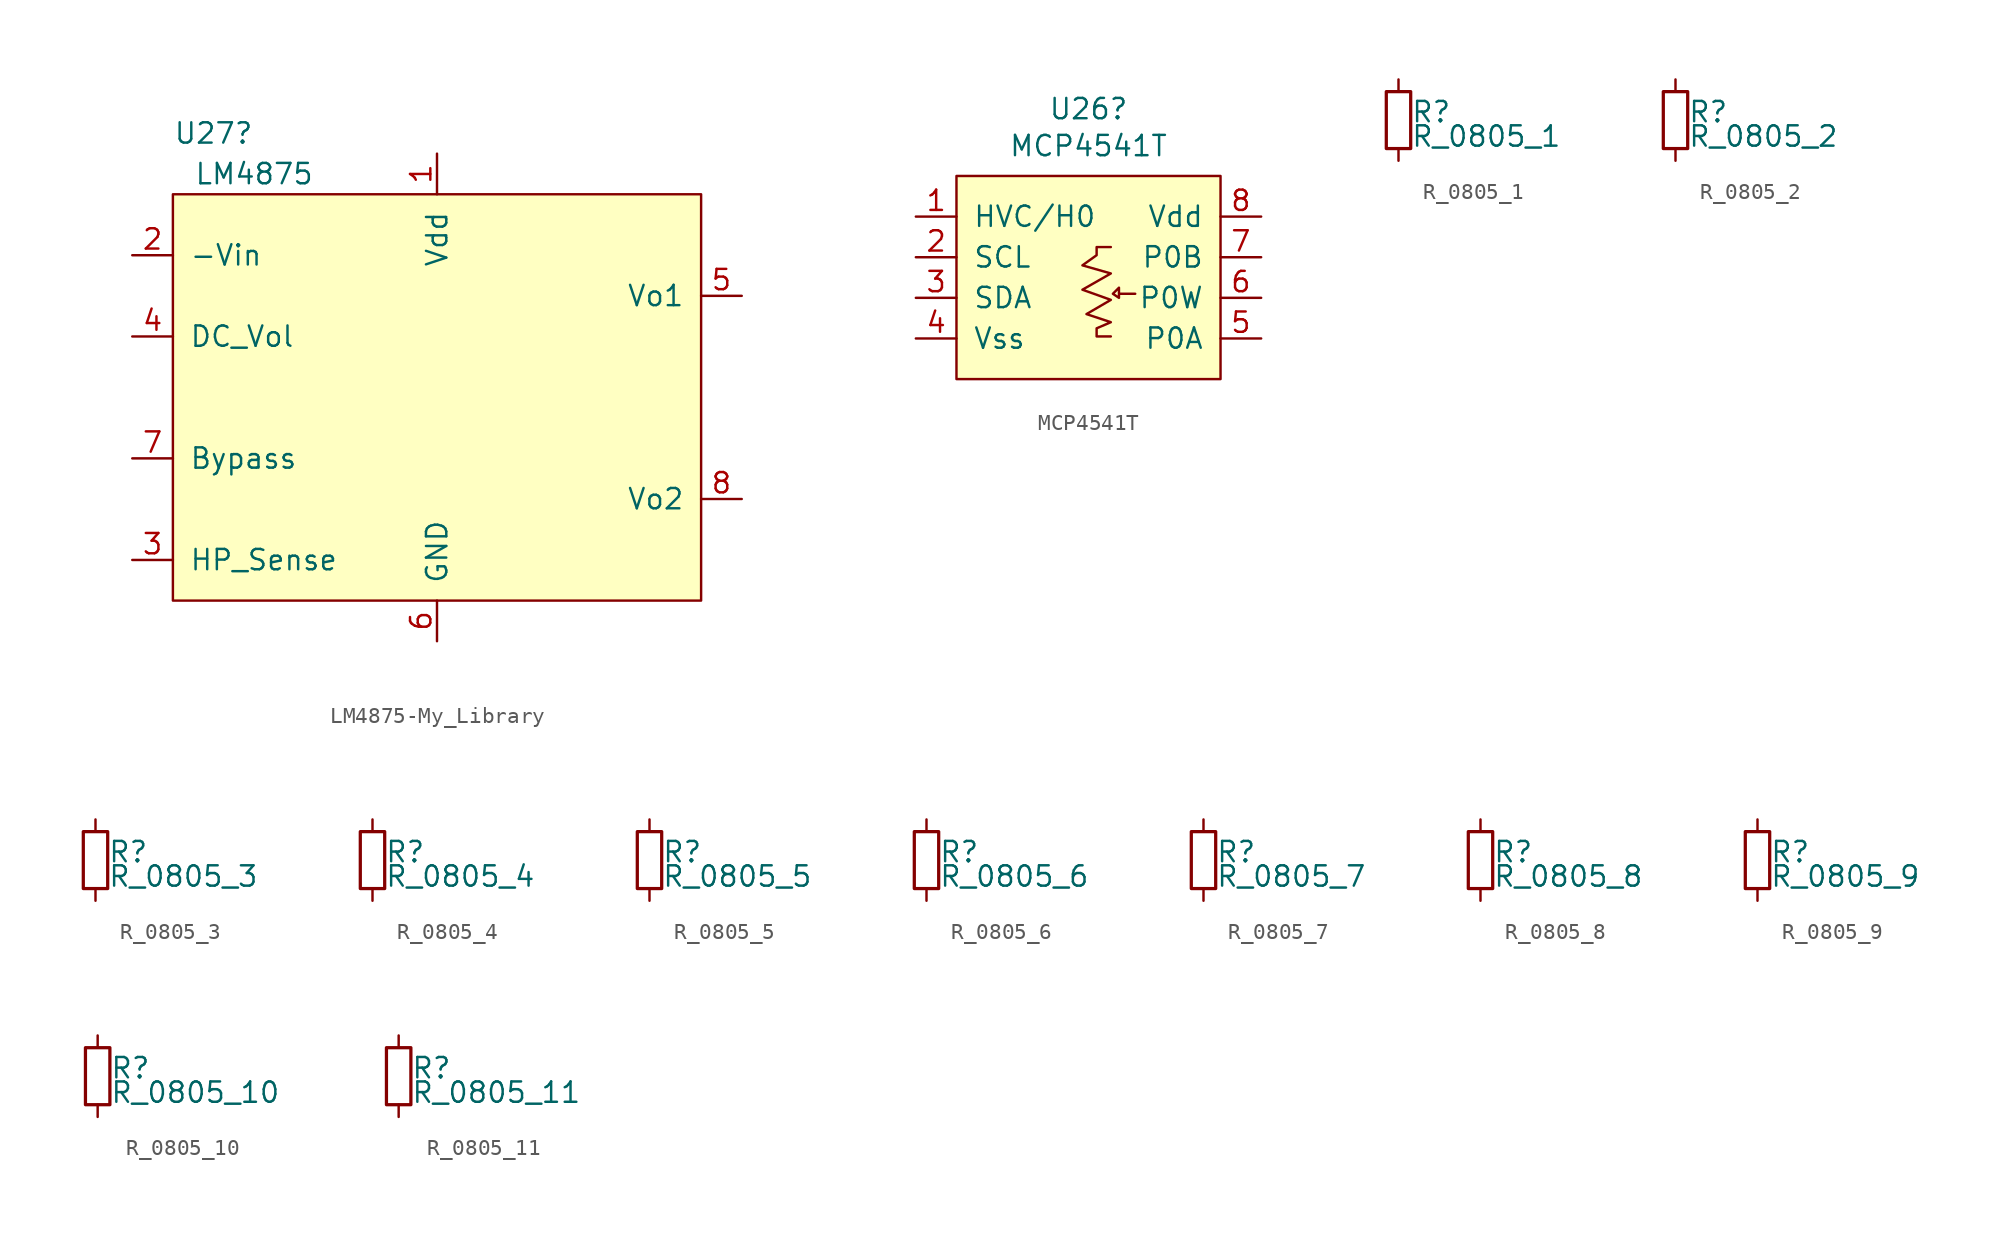
<source format=kicad_sym>
(kicad_symbol_lib
  (version 20220914)
  (generator kicad_symbol_editor)
  (symbol "LM4875-My_Library"
    (pin_names
      (offset 1.016))
    (property "Reference" "U27"
      (at -13.97 15.24 0)
      (effects (font (size 1.27 1.27))))
    (property "Value" "LM4875"
      (at -11.43 12.7 0)
      (effects (font (size 1.27 1.27))))
    (symbol "LM4875-My_Library_0_1"
      (rectangle (start -16.51 11.43) (end 16.51 -13.97) (stroke (width 0) (type default)) (fill (type background))))
    (symbol "LM4875-My_Library_1_1"
      (pin power_in line (at 0 13.97 270) (length 2.54) (name "Vdd" (effects (font (size 1.27 1.27)))) (number "1" (effects (font (size 1.27 1.27)))))
      (pin input line (at -19.05 7.62 0) (length 2.54) (name "-Vin" (effects (font (size 1.27 1.27)))) (number "2" (effects (font (size 1.27 1.27)))))
      (pin input line (at -19.05 -11.43 0) (length 2.54) (name "HP_Sense" (effects (font (size 1.27 1.27)))) (number "3" (effects (font (size 1.27 1.27)))))
      (pin input line (at -19.05 2.54 0) (length 2.54) (name "DC_Vol" (effects (font (size 1.27 1.27)))) (number "4" (effects (font (size 1.27 1.27)))))
      (pin output line (at 19.05 5.08 180) (length 2.54) (name "Vo1" (effects (font (size 1.27 1.27)))) (number "5" (effects (font (size 1.27 1.27)))))
      (pin power_in line (at 0 -16.51 90) (length 2.54) (name "GND" (effects (font (size 1.27 1.27)))) (number "6" (effects (font (size 1.27 1.27)))))
      (pin power_out line (at -19.05 -5.08 0) (length 2.54) (name "Bypass" (effects (font (size 1.27 1.27)))) (number "7" (effects (font (size 1.27 1.27)))))
      (pin output line (at 19.05 -7.62 180) (length 2.54) (name "Vo2" (effects (font (size 1.27 1.27)))) (number "8" (effects (font (size 1.27 1.27)))))))
  (symbol "MCP4541T"
    (pin_names
      (offset 1.016))
    (property "Reference" "U26"
      (at -0.635 10.541 0)
      (effects (font (size 1.27 1.27))))
    (property "Value" "MCP4541T"
      (at -0.635 8.23 0)
      (effects (font (size 1.27 1.27))))
    (symbol "MCP4541T_0_1"
      (rectangle (start -8.89 6.35) (end 7.62 -6.35) (stroke (width 0) (type default)) (fill (type background)))
      (polyline (pts (xy 2.286 -1.016) (xy 1.27 -1.016) (xy 1.27 -0.635) (xy 0.889 -1.016) (xy 1.27 -1.27) (xy 1.27 -1.016)) (stroke (width 0) (type default)) (fill (type none)))
      (polyline (pts (xy 0.762 -3.683) (xy -0.127 -3.683) (xy -0.127 -3.175) (xy 0.762 -2.794) (xy -0.762 -2.286) (xy 0.762 -1.397) (xy -1.016 -0.762) (xy 0.762 0.254) (xy -1.016 0.762) (xy -0.127 1.397) (xy -0.127 1.905) (xy 0.762 1.905)) (stroke (width 0) (type default)) (fill (type none))))
    (symbol "MCP4541T_1_1"
      (pin bidirectional line (at -11.43 3.81 0) (length 2.54) (name "HVC/H0" (effects (font (size 1.27 1.27)))) (number "1" (effects (font (size 1.27 1.27)))))
      (pin bidirectional line (at -11.43 1.27 0) (length 2.54) (name "SCL" (effects (font (size 1.27 1.27)))) (number "2" (effects (font (size 1.27 1.27)))))
      (pin bidirectional line (at -11.43 -1.27 0) (length 2.54) (name "SDA" (effects (font (size 1.27 1.27)))) (number "3" (effects (font (size 1.27 1.27)))))
      (pin power_in line (at -11.43 -3.81 0) (length 2.54) (name "Vss" (effects (font (size 1.27 1.27)))) (number "4" (effects (font (size 1.27 1.27)))))
      (pin passive line (at 10.16 -3.81 180) (length 2.54) (name "P0A" (effects (font (size 1.27 1.27)))) (number "5" (effects (font (size 1.27 1.27)))))
      (pin passive line (at 10.16 -1.27 180) (length 2.54) (name "P0W" (effects (font (size 1.27 1.27)))) (number "6" (effects (font (size 1.27 1.27)))))
      (pin passive line (at 10.16 1.27 180) (length 2.54) (name "P0B" (effects (font (size 1.27 1.27)))) (number "7" (effects (font (size 1.27 1.27)))))
      (pin power_in line (at 10.16 3.81 180) (length 2.54) (name "Vdd" (effects (font (size 1.27 1.27)))) (number "8" (effects (font (size 1.27 1.27)))))))
  (symbol "R_0805_1"
    (pin_numbers hide)
    (pin_names
      (offset 0.254) hide)
    (property "Reference" "R"
      (at 0.762 0.508 0)
      (effects (font (size 1.27 1.27)) (justify left)))
    (property "Value" "R_0805_1"
      (at 0.762 -1.016 0)
      (effects (font (size 1.27 1.27)) (justify left)))
    (symbol "R_0805_1_0_1"
      (rectangle (start -0.762 1.778) (end 0.762 -1.778) (stroke (width 0.203) (type default)) (fill (type none))))
    (symbol "R_0805_1_1_1"
      (pin passive line (at 0 2.54 270) (length 0.762) (name "~" (effects (font (size 1.27 1.27)))) (number "1" (effects (font (size 1.27 1.27)))))
      (pin passive line (at 0 -2.54 90) (length 0.762) (name "~" (effects (font (size 1.27 1.27)))) (number "2" (effects (font (size 1.27 1.27)))))))
  (symbol "R_0805_2"
    (pin_numbers hide)
    (pin_names
      (offset 0.254) hide)
    (property "Reference" "R"
      (at 0.762 0.508 0)
      (effects (font (size 1.27 1.27)) (justify left)))
    (property "Value" "R_0805_2"
      (at 0.762 -1.016 0)
      (effects (font (size 1.27 1.27)) (justify left)))
    (symbol "R_0805_2_0_1"
      (rectangle (start -0.762 1.778) (end 0.762 -1.778) (stroke (width 0.203) (type default)) (fill (type none))))
    (symbol "R_0805_2_1_1"
      (pin passive line (at 0 2.54 270) (length 0.762) (name "~" (effects (font (size 1.27 1.27)))) (number "1" (effects (font (size 1.27 1.27)))))
      (pin passive line (at 0 -2.54 90) (length 0.762) (name "~" (effects (font (size 1.27 1.27)))) (number "2" (effects (font (size 1.27 1.27)))))))
  (symbol "R_0805_3"
    (pin_numbers hide)
    (pin_names
      (offset 0.254) hide)
    (property "Reference" "R"
      (at 0.762 0.508 0)
      (effects (font (size 1.27 1.27)) (justify left)))
    (property "Value" "R_0805_3"
      (at 0.762 -1.016 0)
      (effects (font (size 1.27 1.27)) (justify left)))
    (symbol "R_0805_3_0_1"
      (rectangle (start -0.762 1.778) (end 0.762 -1.778) (stroke (width 0.203) (type default)) (fill (type none))))
    (symbol "R_0805_3_1_1"
      (pin passive line (at 0 2.54 270) (length 0.762) (name "~" (effects (font (size 1.27 1.27)))) (number "1" (effects (font (size 1.27 1.27)))))
      (pin passive line (at 0 -2.54 90) (length 0.762) (name "~" (effects (font (size 1.27 1.27)))) (number "2" (effects (font (size 1.27 1.27)))))))
  (symbol "R_0805_4"
    (pin_numbers hide)
    (pin_names
      (offset 0.254) hide)
    (property "Reference" "R"
      (at 0.762 0.508 0)
      (effects (font (size 1.27 1.27)) (justify left)))
    (property "Value" "R_0805_4"
      (at 0.762 -1.016 0)
      (effects (font (size 1.27 1.27)) (justify left)))
    (symbol "R_0805_4_0_1"
      (rectangle (start -0.762 1.778) (end 0.762 -1.778) (stroke (width 0.203) (type default)) (fill (type none))))
    (symbol "R_0805_4_1_1"
      (pin passive line (at 0 2.54 270) (length 0.762) (name "~" (effects (font (size 1.27 1.27)))) (number "1" (effects (font (size 1.27 1.27)))))
      (pin passive line (at 0 -2.54 90) (length 0.762) (name "~" (effects (font (size 1.27 1.27)))) (number "2" (effects (font (size 1.27 1.27)))))))
  (symbol "R_0805_5"
    (pin_numbers hide)
    (pin_names
      (offset 0.254) hide)
    (property "Reference" "R"
      (at 0.762 0.508 0)
      (effects (font (size 1.27 1.27)) (justify left)))
    (property "Value" "R_0805_5"
      (at 0.762 -1.016 0)
      (effects (font (size 1.27 1.27)) (justify left)))
    (symbol "R_0805_5_0_1"
      (rectangle (start -0.762 1.778) (end 0.762 -1.778) (stroke (width 0.203) (type default)) (fill (type none))))
    (symbol "R_0805_5_1_1"
      (pin passive line (at 0 2.54 270) (length 0.762) (name "~" (effects (font (size 1.27 1.27)))) (number "1" (effects (font (size 1.27 1.27)))))
      (pin passive line (at 0 -2.54 90) (length 0.762) (name "~" (effects (font (size 1.27 1.27)))) (number "2" (effects (font (size 1.27 1.27)))))))
  (symbol "R_0805_6"
    (pin_numbers hide)
    (pin_names
      (offset 0.254) hide)
    (property "Reference" "R"
      (at 0.762 0.508 0)
      (effects (font (size 1.27 1.27)) (justify left)))
    (property "Value" "R_0805_6"
      (at 0.762 -1.016 0)
      (effects (font (size 1.27 1.27)) (justify left)))
    (symbol "R_0805_6_0_1"
      (rectangle (start -0.762 1.778) (end 0.762 -1.778) (stroke (width 0.203) (type default)) (fill (type none))))
    (symbol "R_0805_6_1_1"
      (pin passive line (at 0 2.54 270) (length 0.762) (name "~" (effects (font (size 1.27 1.27)))) (number "1" (effects (font (size 1.27 1.27)))))
      (pin passive line (at 0 -2.54 90) (length 0.762) (name "~" (effects (font (size 1.27 1.27)))) (number "2" (effects (font (size 1.27 1.27)))))))
  (symbol "R_0805_7"
    (pin_numbers hide)
    (pin_names
      (offset 0.254) hide)
    (property "Reference" "R"
      (at 0.762 0.508 0)
      (effects (font (size 1.27 1.27)) (justify left)))
    (property "Value" "R_0805_7"
      (at 0.762 -1.016 0)
      (effects (font (size 1.27 1.27)) (justify left)))
    (symbol "R_0805_7_0_1"
      (rectangle (start -0.762 1.778) (end 0.762 -1.778) (stroke (width 0.203) (type default)) (fill (type none))))
    (symbol "R_0805_7_1_1"
      (pin passive line (at 0 2.54 270) (length 0.762) (name "~" (effects (font (size 1.27 1.27)))) (number "1" (effects (font (size 1.27 1.27)))))
      (pin passive line (at 0 -2.54 90) (length 0.762) (name "~" (effects (font (size 1.27 1.27)))) (number "2" (effects (font (size 1.27 1.27)))))))
  (symbol "R_0805_8"
    (pin_numbers hide)
    (pin_names
      (offset 0.254) hide)
    (property "Reference" "R"
      (at 0.762 0.508 0)
      (effects (font (size 1.27 1.27)) (justify left)))
    (property "Value" "R_0805_8"
      (at 0.762 -1.016 0)
      (effects (font (size 1.27 1.27)) (justify left)))
    (symbol "R_0805_8_0_1"
      (rectangle (start -0.762 1.778) (end 0.762 -1.778) (stroke (width 0.203) (type default)) (fill (type none))))
    (symbol "R_0805_8_1_1"
      (pin passive line (at 0 2.54 270) (length 0.762) (name "~" (effects (font (size 1.27 1.27)))) (number "1" (effects (font (size 1.27 1.27)))))
      (pin passive line (at 0 -2.54 90) (length 0.762) (name "~" (effects (font (size 1.27 1.27)))) (number "2" (effects (font (size 1.27 1.27)))))))
  (symbol "R_0805_9"
    (pin_numbers hide)
    (pin_names
      (offset 0.254) hide)
    (property "Reference" "R"
      (at 0.762 0.508 0)
      (effects (font (size 1.27 1.27)) (justify left)))
    (property "Value" "R_0805_9"
      (at 0.762 -1.016 0)
      (effects (font (size 1.27 1.27)) (justify left)))
    (symbol "R_0805_9_0_1"
      (rectangle (start -0.762 1.778) (end 0.762 -1.778) (stroke (width 0.203) (type default)) (fill (type none))))
    (symbol "R_0805_9_1_1"
      (pin passive line (at 0 2.54 270) (length 0.762) (name "~" (effects (font (size 1.27 1.27)))) (number "1" (effects (font (size 1.27 1.27)))))
      (pin passive line (at 0 -2.54 90) (length 0.762) (name "~" (effects (font (size 1.27 1.27)))) (number "2" (effects (font (size 1.27 1.27)))))))
  (symbol "R_0805_10"
    (pin_numbers hide)
    (pin_names
      (offset 0.254) hide)
    (property "Reference" "R"
      (at 0.762 0.508 0)
      (effects (font (size 1.27 1.27)) (justify left)))
    (property "Value" "R_0805_10"
      (at 0.762 -1.016 0)
      (effects (font (size 1.27 1.27)) (justify left)))
    (symbol "R_0805_10_0_1"
      (rectangle (start -0.762 1.778) (end 0.762 -1.778) (stroke (width 0.203) (type default)) (fill (type none))))
    (symbol "R_0805_10_1_1"
      (pin passive line (at 0 2.54 270) (length 0.762) (name "~" (effects (font (size 1.27 1.27)))) (number "1" (effects (font (size 1.27 1.27)))))
      (pin passive line (at 0 -2.54 90) (length 0.762) (name "~" (effects (font (size 1.27 1.27)))) (number "2" (effects (font (size 1.27 1.27)))))))
  (symbol "R_0805_11"
    (pin_numbers hide)
    (pin_names
      (offset 0.254) hide)
    (property "Reference" "R"
      (at 0.762 0.508 0)
      (effects (font (size 1.27 1.27)) (justify left)))
    (property "Value" "R_0805_11"
      (at 0.762 -1.016 0)
      (effects (font (size 1.27 1.27)) (justify left)))
    (symbol "R_0805_11_0_1"
      (rectangle (start -0.762 1.778) (end 0.762 -1.778) (stroke (width 0.203) (type default)) (fill (type none))))
    (symbol "R_0805_11_1_1"
      (pin passive line (at 0 2.54 270) (length 0.762) (name "~" (effects (font (size 1.27 1.27)))) (number "1" (effects (font (size 1.27 1.27)))))
      (pin passive line (at 0 -2.54 90) (length 0.762) (name "~" (effects (font (size 1.27 1.27)))) (number "2" (effects (font (size 1.27 1.27))))))))
</source>
